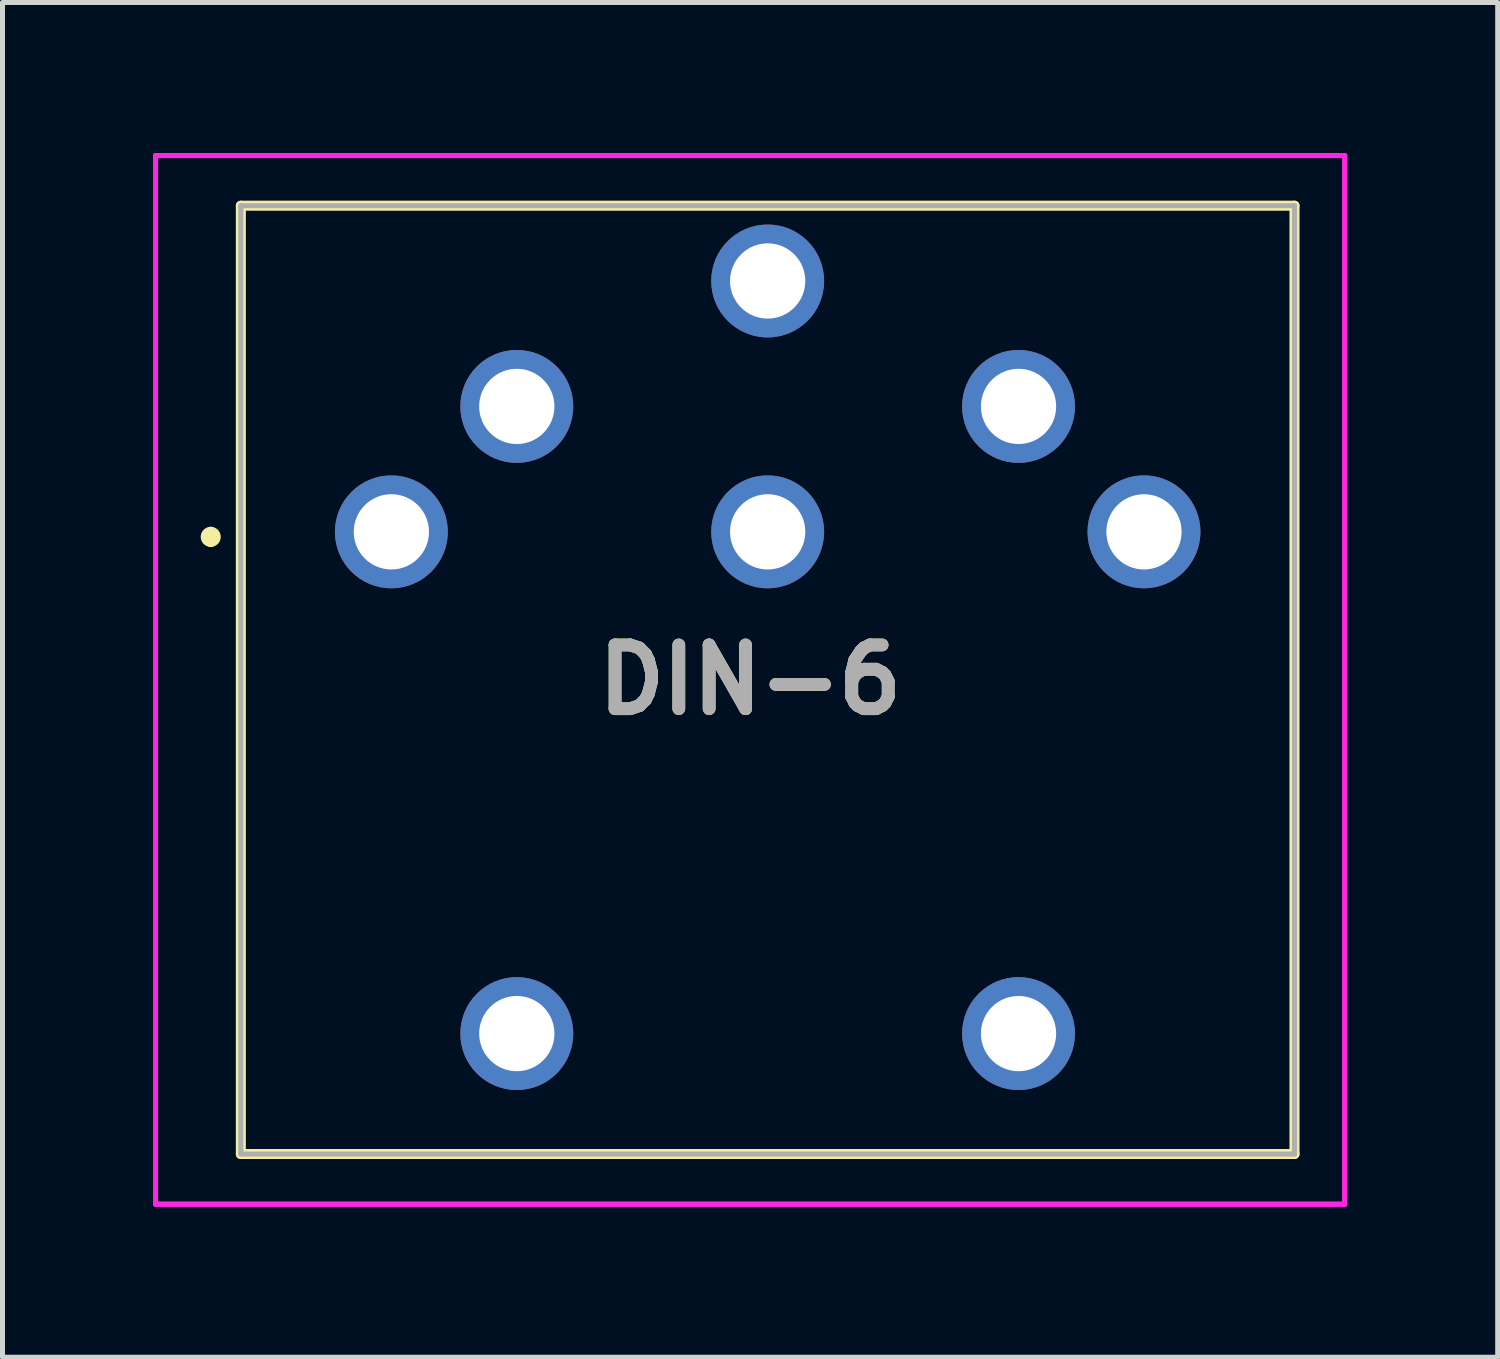
<source format=kicad_pcb>
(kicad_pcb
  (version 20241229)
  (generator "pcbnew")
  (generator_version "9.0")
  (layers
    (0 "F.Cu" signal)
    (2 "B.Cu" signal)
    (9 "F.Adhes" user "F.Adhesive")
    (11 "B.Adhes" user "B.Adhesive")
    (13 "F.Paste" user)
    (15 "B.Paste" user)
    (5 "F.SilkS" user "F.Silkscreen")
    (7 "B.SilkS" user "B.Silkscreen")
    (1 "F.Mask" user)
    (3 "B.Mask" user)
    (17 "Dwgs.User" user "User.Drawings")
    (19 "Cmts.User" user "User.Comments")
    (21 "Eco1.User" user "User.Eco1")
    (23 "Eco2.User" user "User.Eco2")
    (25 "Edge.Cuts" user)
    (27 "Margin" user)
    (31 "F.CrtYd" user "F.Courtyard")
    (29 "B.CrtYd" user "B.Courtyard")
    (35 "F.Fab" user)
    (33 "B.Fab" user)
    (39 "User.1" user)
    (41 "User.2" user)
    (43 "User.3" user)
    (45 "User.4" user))
  (footprint "DIN-6"
    (layer "F.Cu")
    (at 4.75 7.55)
    (property "Reference" "DIN-6" (at 7.15 2.95 0) (layer "F.SilkS") (effects (font (size 1.27 1.27) (thickness 0.254))))
    (attr through_hole)
    (fp_line (start -3.6 0) (end -3.6 0) (stroke (width 0.2) (type solid)) (layer "F.SilkS"))
    (fp_line (start -3.6 0.2) (end -3.6 0.2) (stroke (width 0.2) (type solid)) (layer "F.SilkS"))
    (fp_line (start -3 -6.5) (end 18 -6.5) (stroke (width 0.2) (type solid)) (layer "F.SilkS"))
    (fp_line (start -3 12.4) (end -3 -6.5) (stroke (width 0.2) (type solid)) (layer "F.SilkS"))
    (fp_line (start 18 -6.5) (end 18 12.4) (stroke (width 0.2) (type solid)) (layer "F.SilkS"))
    (fp_line (start 18 12.4) (end -3 12.4) (stroke (width 0.2) (type solid)) (layer "F.SilkS"))
    (fp_arc (start -3.6 0) (mid -3.5 0.1) (end -3.6 0.2) (stroke (width 0.2) (type solid)) (layer "F.SilkS"))
    (fp_arc (start -3.6 0.2) (mid -3.7 0.1) (end -3.6 0) (stroke (width 0.2) (type solid)) (layer "F.SilkS"))
    (fp_line (start -4.7 -7.5) (end 19 -7.5) (stroke (width 0.1) (type solid)) (layer "F.CrtYd"))
    (fp_line (start -4.7 -7.5) (end 19 -7.5) (stroke (width 0.1) (type solid)) (layer "F.CrtYd"))
    (fp_line (start -4.7 13.4) (end -4.7 -7.5) (stroke (width 0.1) (type solid)) (layer "F.CrtYd"))
    (fp_line (start -4.7 13.4) (end -4.7 -7.5) (stroke (width 0.1) (type solid)) (layer "F.CrtYd"))
    (fp_line (start 19 -7.5) (end 19 13.4) (stroke (width 0.1) (type solid)) (layer "F.CrtYd"))
    (fp_line (start 19 -7.5) (end 19 13.4) (stroke (width 0.1) (type solid)) (layer "F.CrtYd"))
    (fp_line (start 19 13.4) (end -4.7 13.4) (stroke (width 0.1) (type solid)) (layer "F.CrtYd"))
    (fp_line (start 19 13.4) (end -4.7 13.4) (stroke (width 0.1) (type solid)) (layer "F.CrtYd"))
    (fp_line (start -3 -6.5) (end -3 12.4) (stroke (width 0.1) (type solid)) (layer "F.Fab"))
    (fp_line (start -3 12.4) (end 18 12.4) (stroke (width 0.1) (type solid)) (layer "F.Fab"))
    (fp_line (start 18 -6.5) (end -3 -6.5) (stroke (width 0.1) (type solid)) (layer "F.Fab"))
    (fp_line (start 18 12.4) (end 18 -6.5) (stroke (width 0.1) (type solid)) (layer "F.Fab"))
    (fp_text user "${REFERENCE}" (at 7.15 2.95 0) (layer "F.Fab") (effects (font (size 1.27 1.27) (thickness 0.254))))
    (pad "" thru_hole circle (at 2.5 10) (size 2.25 2.25) (drill 1.5) (layers "*.Cu" "*.Mask"))
    (pad "" thru_hole circle (at 12.5 10) (size 2.25 2.25) (drill 1.5) (layers "*.Cu" "*.Mask"))
    (pad "1" thru_hole circle (at 15 0) (size 2.25 2.25) (drill 1.5) (layers "*.Cu" "*.Mask"))
    (pad "2" thru_hole circle (at 12.5 -2.5) (size 2.25 2.25) (drill 1.5) (layers "*.Cu" "*.Mask"))
    (pad "3" thru_hole circle (at 7.5 0) (size 2.25 2.25) (drill 1.5) (layers "*.Cu" "*.Mask"))
    (pad "4" thru_hole circle (at 2.5 -2.5) (size 2.25 2.25) (drill 1.5) (layers "*.Cu" "*.Mask"))
    (pad "5" thru_hole circle (at 0 0) (size 2.25 2.25) (drill 1.5) (layers "*.Cu" "*.Mask"))
    (pad "6" thru_hole circle (at 7.5 -5) (size 2.25 2.25) (drill 1.5) (layers "*.Cu" "*.Mask")))
  (gr_rect
    (start -3 -3)
    (end 26.8 24)
    (stroke (width 0.1) (type default))
    (fill no)
    (layer "Edge.Cuts")))
</source>
